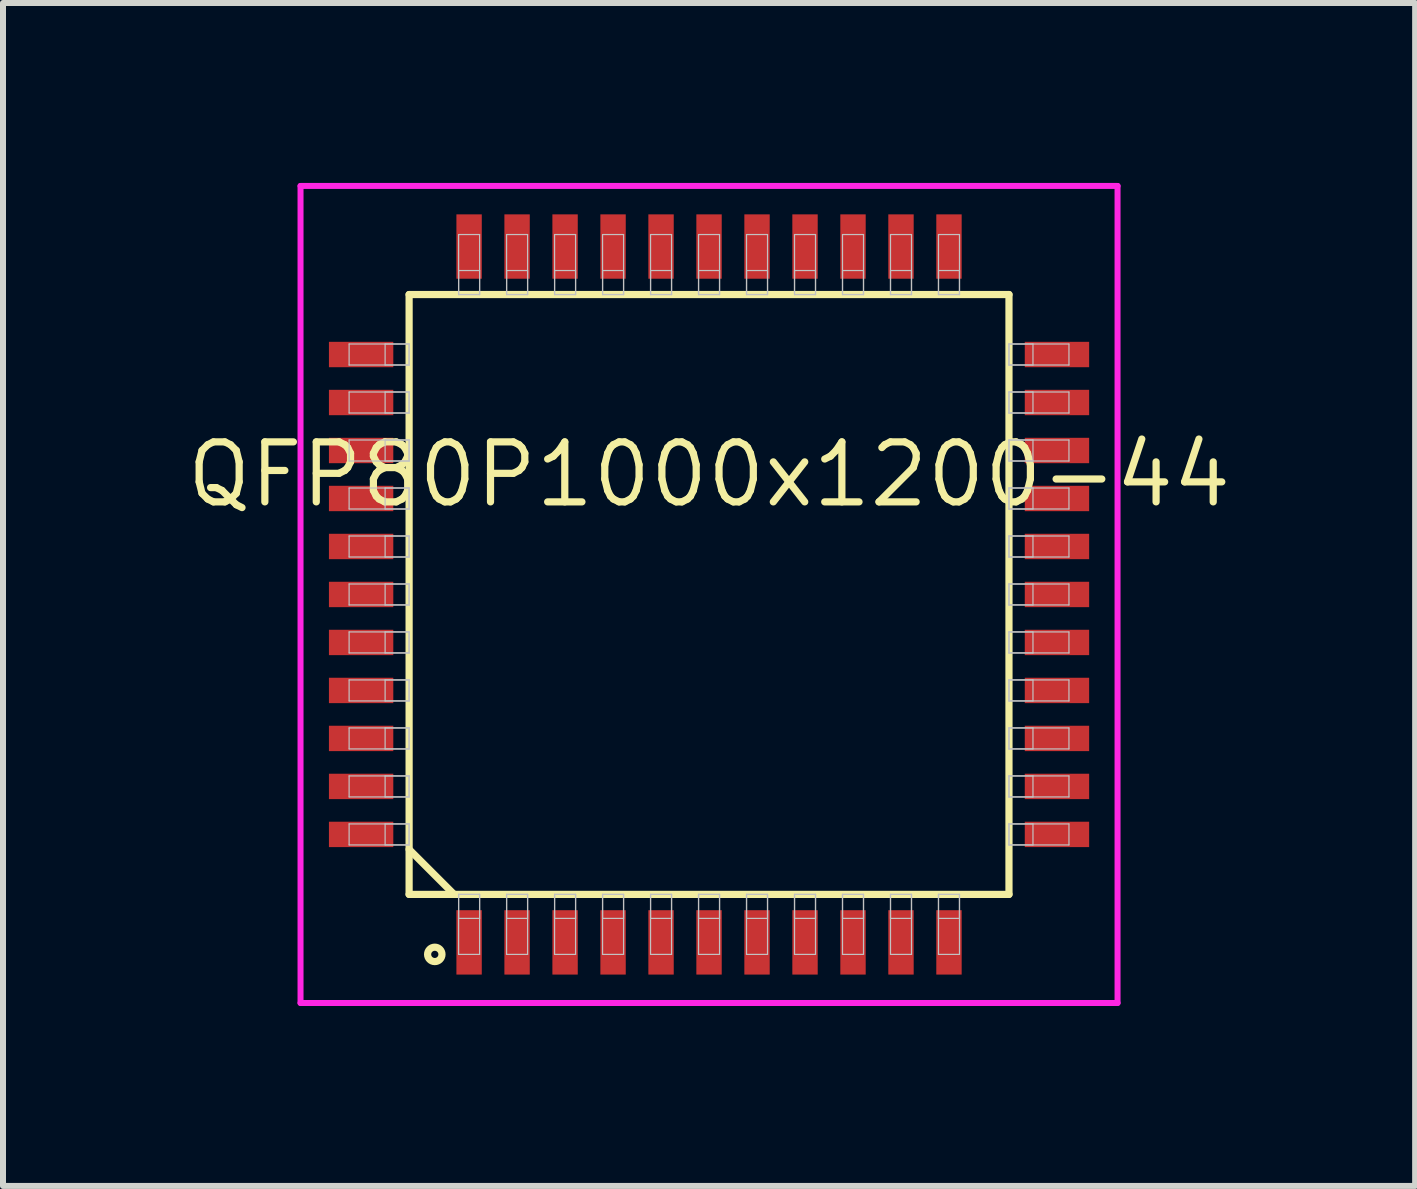
<source format=kicad_pcb>
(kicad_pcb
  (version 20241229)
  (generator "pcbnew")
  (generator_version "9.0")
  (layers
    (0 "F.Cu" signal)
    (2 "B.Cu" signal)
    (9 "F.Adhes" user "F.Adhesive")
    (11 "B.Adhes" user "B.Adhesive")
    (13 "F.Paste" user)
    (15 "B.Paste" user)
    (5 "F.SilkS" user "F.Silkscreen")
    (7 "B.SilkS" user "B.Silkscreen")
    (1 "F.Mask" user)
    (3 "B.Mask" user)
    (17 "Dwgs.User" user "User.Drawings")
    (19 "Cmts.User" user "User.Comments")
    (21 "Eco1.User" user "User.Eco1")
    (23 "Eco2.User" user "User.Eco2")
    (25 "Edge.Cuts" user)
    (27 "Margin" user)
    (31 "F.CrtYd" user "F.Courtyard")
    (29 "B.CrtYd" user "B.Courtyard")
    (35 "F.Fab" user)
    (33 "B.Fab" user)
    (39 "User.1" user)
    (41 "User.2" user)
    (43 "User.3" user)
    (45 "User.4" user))
  (footprint "QFP80P1000x1200-44"
    (layer "F.Cu")
    (at 8.77 6.86)
    (property "Reference" "QFP80P1000x1200-44" (at 0 -2 0) (layer "F.SilkS") (effects (font (size 1 1) (thickness 0.12))))
    (attr through_hole)
    (fp_line (start -5 -5) (end -5 5) (stroke (width 0.12) (type solid)) (layer "F.SilkS"))
    (fp_line (start -5 4.25) (end -4.25 5) (stroke (width 0.12) (type solid)) (layer "F.SilkS"))
    (fp_line (start -5 5) (end 5 5) (stroke (width 0.12) (type solid)) (layer "F.SilkS"))
    (fp_line (start 5 -5) (end -5 -5) (stroke (width 0.12) (type solid)) (layer "F.SilkS"))
    (fp_line (start 5 5) (end 5 -5) (stroke (width 0.12) (type solid)) (layer "F.SilkS"))
    (fp_circle (center -4.572 6) (end -4.452 6) (stroke (width 0.12) (type solid)) (fill no) (layer "F.SilkS"))
    (fp_line (start -6 -4.175) (end -6 -3.825) (stroke (width 0.02) (type solid)) (layer "Dwgs.User"))
    (fp_line (start -6 -3.825) (end -5 -3.825) (stroke (width 0.02) (type solid)) (layer "Dwgs.User"))
    (fp_line (start -6 -3.375) (end -6 -3.025) (stroke (width 0.02) (type solid)) (layer "Dwgs.User"))
    (fp_line (start -6 -3.025) (end -5 -3.025) (stroke (width 0.02) (type solid)) (layer "Dwgs.User"))
    (fp_line (start -6 -2.575) (end -6 -2.225) (stroke (width 0.02) (type solid)) (layer "Dwgs.User"))
    (fp_line (start -6 -2.225) (end -5 -2.225) (stroke (width 0.02) (type solid)) (layer "Dwgs.User"))
    (fp_line (start -6 -1.775) (end -6 -1.425) (stroke (width 0.02) (type solid)) (layer "Dwgs.User"))
    (fp_line (start -6 -1.425) (end -5 -1.425) (stroke (width 0.02) (type solid)) (layer "Dwgs.User"))
    (fp_line (start -6 -0.975) (end -6 -0.625) (stroke (width 0.02) (type solid)) (layer "Dwgs.User"))
    (fp_line (start -6 -0.625) (end -5 -0.625) (stroke (width 0.02) (type solid)) (layer "Dwgs.User"))
    (fp_line (start -6 -0.175) (end -6 0.175) (stroke (width 0.02) (type solid)) (layer "Dwgs.User"))
    (fp_line (start -6 0.175) (end -5 0.175) (stroke (width 0.02) (type solid)) (layer "Dwgs.User"))
    (fp_line (start -6 0.625) (end -6 0.975) (stroke (width 0.02) (type solid)) (layer "Dwgs.User"))
    (fp_line (start -6 0.975) (end -5 0.975) (stroke (width 0.02) (type solid)) (layer "Dwgs.User"))
    (fp_line (start -6 1.425) (end -6 1.775) (stroke (width 0.02) (type solid)) (layer "Dwgs.User"))
    (fp_line (start -6 1.775) (end -5 1.775) (stroke (width 0.02) (type solid)) (layer "Dwgs.User"))
    (fp_line (start -6 2.225) (end -6 2.575) (stroke (width 0.02) (type solid)) (layer "Dwgs.User"))
    (fp_line (start -6 2.575) (end -5 2.575) (stroke (width 0.02) (type solid)) (layer "Dwgs.User"))
    (fp_line (start -6 3.025) (end -6 3.375) (stroke (width 0.02) (type solid)) (layer "Dwgs.User"))
    (fp_line (start -6 3.375) (end -5 3.375) (stroke (width 0.02) (type solid)) (layer "Dwgs.User"))
    (fp_line (start -6 3.825) (end -6 4.175) (stroke (width 0.02) (type solid)) (layer "Dwgs.User"))
    (fp_line (start -6 4.175) (end -5 4.175) (stroke (width 0.02) (type solid)) (layer "Dwgs.User"))
    (fp_line (start -5.4 -4.175) (end -5.4 -3.825) (stroke (width 0.02) (type solid)) (layer "Dwgs.User"))
    (fp_line (start -5.4 -3.825) (end -5 -3.825) (stroke (width 0.02) (type solid)) (layer "Dwgs.User"))
    (fp_line (start -5.4 -3.375) (end -5.4 -3.025) (stroke (width 0.02) (type solid)) (layer "Dwgs.User"))
    (fp_line (start -5.4 -3.025) (end -5 -3.025) (stroke (width 0.02) (type solid)) (layer "Dwgs.User"))
    (fp_line (start -5.4 -2.575) (end -5.4 -2.225) (stroke (width 0.02) (type solid)) (layer "Dwgs.User"))
    (fp_line (start -5.4 -2.225) (end -5 -2.225) (stroke (width 0.02) (type solid)) (layer "Dwgs.User"))
    (fp_line (start -5.4 -1.775) (end -5.4 -1.425) (stroke (width 0.02) (type solid)) (layer "Dwgs.User"))
    (fp_line (start -5.4 -1.425) (end -5 -1.425) (stroke (width 0.02) (type solid)) (layer "Dwgs.User"))
    (fp_line (start -5.4 -0.975) (end -5.4 -0.625) (stroke (width 0.02) (type solid)) (layer "Dwgs.User"))
    (fp_line (start -5.4 -0.625) (end -5 -0.625) (stroke (width 0.02) (type solid)) (layer "Dwgs.User"))
    (fp_line (start -5.4 -0.175) (end -5.4 0.175) (stroke (width 0.02) (type solid)) (layer "Dwgs.User"))
    (fp_line (start -5.4 0.175) (end -5 0.175) (stroke (width 0.02) (type solid)) (layer "Dwgs.User"))
    (fp_line (start -5.4 0.625) (end -5.4 0.975) (stroke (width 0.02) (type solid)) (layer "Dwgs.User"))
    (fp_line (start -5.4 0.975) (end -5 0.975) (stroke (width 0.02) (type solid)) (layer "Dwgs.User"))
    (fp_line (start -5.4 1.425) (end -5.4 1.775) (stroke (width 0.02) (type solid)) (layer "Dwgs.User"))
    (fp_line (start -5.4 1.775) (end -5 1.775) (stroke (width 0.02) (type solid)) (layer "Dwgs.User"))
    (fp_line (start -5.4 2.225) (end -5.4 2.575) (stroke (width 0.02) (type solid)) (layer "Dwgs.User"))
    (fp_line (start -5.4 2.575) (end -5 2.575) (stroke (width 0.02) (type solid)) (layer "Dwgs.User"))
    (fp_line (start -5.4 3.025) (end -5.4 3.375) (stroke (width 0.02) (type solid)) (layer "Dwgs.User"))
    (fp_line (start -5.4 3.375) (end -5 3.375) (stroke (width 0.02) (type solid)) (layer "Dwgs.User"))
    (fp_line (start -5.4 3.825) (end -5.4 4.175) (stroke (width 0.02) (type solid)) (layer "Dwgs.User"))
    (fp_line (start -5.4 4.175) (end -5 4.175) (stroke (width 0.02) (type solid)) (layer "Dwgs.User"))
    (fp_line (start -5 -4.175) (end -6 -4.175) (stroke (width 0.02) (type solid)) (layer "Dwgs.User"))
    (fp_line (start -5 -4.175) (end -5.4 -4.175) (stroke (width 0.02) (type solid)) (layer "Dwgs.User"))
    (fp_line (start -5 -3.825) (end -5 -4.175) (stroke (width 0.02) (type solid)) (layer "Dwgs.User"))
    (fp_line (start -5 -3.825) (end -5 -4.175) (stroke (width 0.02) (type solid)) (layer "Dwgs.User"))
    (fp_line (start -5 -3.375) (end -6 -3.375) (stroke (width 0.02) (type solid)) (layer "Dwgs.User"))
    (fp_line (start -5 -3.375) (end -5.4 -3.375) (stroke (width 0.02) (type solid)) (layer "Dwgs.User"))
    (fp_line (start -5 -3.025) (end -5 -3.375) (stroke (width 0.02) (type solid)) (layer "Dwgs.User"))
    (fp_line (start -5 -3.025) (end -5 -3.375) (stroke (width 0.02) (type solid)) (layer "Dwgs.User"))
    (fp_line (start -5 -2.575) (end -6 -2.575) (stroke (width 0.02) (type solid)) (layer "Dwgs.User"))
    (fp_line (start -5 -2.575) (end -5.4 -2.575) (stroke (width 0.02) (type solid)) (layer "Dwgs.User"))
    (fp_line (start -5 -2.225) (end -5 -2.575) (stroke (width 0.02) (type solid)) (layer "Dwgs.User"))
    (fp_line (start -5 -2.225) (end -5 -2.575) (stroke (width 0.02) (type solid)) (layer "Dwgs.User"))
    (fp_line (start -5 -1.775) (end -6 -1.775) (stroke (width 0.02) (type solid)) (layer "Dwgs.User"))
    (fp_line (start -5 -1.775) (end -5.4 -1.775) (stroke (width 0.02) (type solid)) (layer "Dwgs.User"))
    (fp_line (start -5 -1.425) (end -5 -1.775) (stroke (width 0.02) (type solid)) (layer "Dwgs.User"))
    (fp_line (start -5 -1.425) (end -5 -1.775) (stroke (width 0.02) (type solid)) (layer "Dwgs.User"))
    (fp_line (start -5 -0.975) (end -6 -0.975) (stroke (width 0.02) (type solid)) (layer "Dwgs.User"))
    (fp_line (start -5 -0.975) (end -5.4 -0.975) (stroke (width 0.02) (type solid)) (layer "Dwgs.User"))
    (fp_line (start -5 -0.625) (end -5 -0.975) (stroke (width 0.02) (type solid)) (layer "Dwgs.User"))
    (fp_line (start -5 -0.625) (end -5 -0.975) (stroke (width 0.02) (type solid)) (layer "Dwgs.User"))
    (fp_line (start -5 -0.175) (end -6 -0.175) (stroke (width 0.02) (type solid)) (layer "Dwgs.User"))
    (fp_line (start -5 -0.175) (end -5.4 -0.175) (stroke (width 0.02) (type solid)) (layer "Dwgs.User"))
    (fp_line (start -5 0.175) (end -5 -0.175) (stroke (width 0.02) (type solid)) (layer "Dwgs.User"))
    (fp_line (start -5 0.175) (end -5 -0.175) (stroke (width 0.02) (type solid)) (layer "Dwgs.User"))
    (fp_line (start -5 0.625) (end -6 0.625) (stroke (width 0.02) (type solid)) (layer "Dwgs.User"))
    (fp_line (start -5 0.625) (end -5.4 0.625) (stroke (width 0.02) (type solid)) (layer "Dwgs.User"))
    (fp_line (start -5 0.975) (end -5 0.625) (stroke (width 0.02) (type solid)) (layer "Dwgs.User"))
    (fp_line (start -5 0.975) (end -5 0.625) (stroke (width 0.02) (type solid)) (layer "Dwgs.User"))
    (fp_line (start -5 1.425) (end -6 1.425) (stroke (width 0.02) (type solid)) (layer "Dwgs.User"))
    (fp_line (start -5 1.425) (end -5.4 1.425) (stroke (width 0.02) (type solid)) (layer "Dwgs.User"))
    (fp_line (start -5 1.775) (end -5 1.425) (stroke (width 0.02) (type solid)) (layer "Dwgs.User"))
    (fp_line (start -5 1.775) (end -5 1.425) (stroke (width 0.02) (type solid)) (layer "Dwgs.User"))
    (fp_line (start -5 2.225) (end -6 2.225) (stroke (width 0.02) (type solid)) (layer "Dwgs.User"))
    (fp_line (start -5 2.225) (end -5.4 2.225) (stroke (width 0.02) (type solid)) (layer "Dwgs.User"))
    (fp_line (start -5 2.575) (end -5 2.225) (stroke (width 0.02) (type solid)) (layer "Dwgs.User"))
    (fp_line (start -5 2.575) (end -5 2.225) (stroke (width 0.02) (type solid)) (layer "Dwgs.User"))
    (fp_line (start -5 3.025) (end -6 3.025) (stroke (width 0.02) (type solid)) (layer "Dwgs.User"))
    (fp_line (start -5 3.025) (end -5.4 3.025) (stroke (width 0.02) (type solid)) (layer "Dwgs.User"))
    (fp_line (start -5 3.375) (end -5 3.025) (stroke (width 0.02) (type solid)) (layer "Dwgs.User"))
    (fp_line (start -5 3.375) (end -5 3.025) (stroke (width 0.02) (type solid)) (layer "Dwgs.User"))
    (fp_line (start -5 3.825) (end -6 3.825) (stroke (width 0.02) (type solid)) (layer "Dwgs.User"))
    (fp_line (start -5 3.825) (end -5.4 3.825) (stroke (width 0.02) (type solid)) (layer "Dwgs.User"))
    (fp_line (start -5 4.175) (end -5 3.825) (stroke (width 0.02) (type solid)) (layer "Dwgs.User"))
    (fp_line (start -5 4.175) (end -5 3.825) (stroke (width 0.02) (type solid)) (layer "Dwgs.User"))
    (fp_line (start -4.175 -6) (end -4.175 -5) (stroke (width 0.02) (type solid)) (layer "Dwgs.User"))
    (fp_line (start -4.175 -5.4) (end -4.175 -5) (stroke (width 0.02) (type solid)) (layer "Dwgs.User"))
    (fp_line (start -4.175 -5) (end -3.825 -5) (stroke (width 0.02) (type solid)) (layer "Dwgs.User"))
    (fp_line (start -4.175 -5) (end -3.825 -5) (stroke (width 0.02) (type solid)) (layer "Dwgs.User"))
    (fp_line (start -4.175 5) (end -3.825 5) (stroke (width 0.02) (type solid)) (layer "Dwgs.User"))
    (fp_line (start -4.175 5) (end -3.825 5) (stroke (width 0.02) (type solid)) (layer "Dwgs.User"))
    (fp_line (start -4.175 5.4) (end -4.175 5) (stroke (width 0.02) (type solid)) (layer "Dwgs.User"))
    (fp_line (start -4.175 6) (end -4.175 5) (stroke (width 0.02) (type solid)) (layer "Dwgs.User"))
    (fp_line (start -3.825 -6) (end -4.175 -6) (stroke (width 0.02) (type solid)) (layer "Dwgs.User"))
    (fp_line (start -3.825 -5.4) (end -4.175 -5.4) (stroke (width 0.02) (type solid)) (layer "Dwgs.User"))
    (fp_line (start -3.825 -5) (end -3.825 -6) (stroke (width 0.02) (type solid)) (layer "Dwgs.User"))
    (fp_line (start -3.825 -5) (end -3.825 -5.4) (stroke (width 0.02) (type solid)) (layer "Dwgs.User"))
    (fp_line (start -3.825 5) (end -3.825 5.4) (stroke (width 0.02) (type solid)) (layer "Dwgs.User"))
    (fp_line (start -3.825 5) (end -3.825 6) (stroke (width 0.02) (type solid)) (layer "Dwgs.User"))
    (fp_line (start -3.825 5.4) (end -4.175 5.4) (stroke (width 0.02) (type solid)) (layer "Dwgs.User"))
    (fp_line (start -3.825 6) (end -4.175 6) (stroke (width 0.02) (type solid)) (layer "Dwgs.User"))
    (fp_line (start -3.375 -6) (end -3.375 -5) (stroke (width 0.02) (type solid)) (layer "Dwgs.User"))
    (fp_line (start -3.375 -5.4) (end -3.375 -5) (stroke (width 0.02) (type solid)) (layer "Dwgs.User"))
    (fp_line (start -3.375 -5) (end -3.025 -5) (stroke (width 0.02) (type solid)) (layer "Dwgs.User"))
    (fp_line (start -3.375 -5) (end -3.025 -5) (stroke (width 0.02) (type solid)) (layer "Dwgs.User"))
    (fp_line (start -3.375 5) (end -3.025 5) (stroke (width 0.02) (type solid)) (layer "Dwgs.User"))
    (fp_line (start -3.375 5) (end -3.025 5) (stroke (width 0.02) (type solid)) (layer "Dwgs.User"))
    (fp_line (start -3.375 5.4) (end -3.375 5) (stroke (width 0.02) (type solid)) (layer "Dwgs.User"))
    (fp_line (start -3.375 6) (end -3.375 5) (stroke (width 0.02) (type solid)) (layer "Dwgs.User"))
    (fp_line (start -3.025 -6) (end -3.375 -6) (stroke (width 0.02) (type solid)) (layer "Dwgs.User"))
    (fp_line (start -3.025 -5.4) (end -3.375 -5.4) (stroke (width 0.02) (type solid)) (layer "Dwgs.User"))
    (fp_line (start -3.025 -5) (end -3.025 -6) (stroke (width 0.02) (type solid)) (layer "Dwgs.User"))
    (fp_line (start -3.025 -5) (end -3.025 -5.4) (stroke (width 0.02) (type solid)) (layer "Dwgs.User"))
    (fp_line (start -3.025 5) (end -3.025 5.4) (stroke (width 0.02) (type solid)) (layer "Dwgs.User"))
    (fp_line (start -3.025 5) (end -3.025 6) (stroke (width 0.02) (type solid)) (layer "Dwgs.User"))
    (fp_line (start -3.025 5.4) (end -3.375 5.4) (stroke (width 0.02) (type solid)) (layer "Dwgs.User"))
    (fp_line (start -3.025 6) (end -3.375 6) (stroke (width 0.02) (type solid)) (layer "Dwgs.User"))
    (fp_line (start -2.575 -6) (end -2.575 -5) (stroke (width 0.02) (type solid)) (layer "Dwgs.User"))
    (fp_line (start -2.575 -5.4) (end -2.575 -5) (stroke (width 0.02) (type solid)) (layer "Dwgs.User"))
    (fp_line (start -2.575 -5) (end -2.225 -5) (stroke (width 0.02) (type solid)) (layer "Dwgs.User"))
    (fp_line (start -2.575 -5) (end -2.225 -5) (stroke (width 0.02) (type solid)) (layer "Dwgs.User"))
    (fp_line (start -2.575 5) (end -2.225 5) (stroke (width 0.02) (type solid)) (layer "Dwgs.User"))
    (fp_line (start -2.575 5) (end -2.225 5) (stroke (width 0.02) (type solid)) (layer "Dwgs.User"))
    (fp_line (start -2.575 5.4) (end -2.575 5) (stroke (width 0.02) (type solid)) (layer "Dwgs.User"))
    (fp_line (start -2.575 6) (end -2.575 5) (stroke (width 0.02) (type solid)) (layer "Dwgs.User"))
    (fp_line (start -2.225 -6) (end -2.575 -6) (stroke (width 0.02) (type solid)) (layer "Dwgs.User"))
    (fp_line (start -2.225 -5.4) (end -2.575 -5.4) (stroke (width 0.02) (type solid)) (layer "Dwgs.User"))
    (fp_line (start -2.225 -5) (end -2.225 -6) (stroke (width 0.02) (type solid)) (layer "Dwgs.User"))
    (fp_line (start -2.225 -5) (end -2.225 -5.4) (stroke (width 0.02) (type solid)) (layer "Dwgs.User"))
    (fp_line (start -2.225 5) (end -2.225 5.4) (stroke (width 0.02) (type solid)) (layer "Dwgs.User"))
    (fp_line (start -2.225 5) (end -2.225 6) (stroke (width 0.02) (type solid)) (layer "Dwgs.User"))
    (fp_line (start -2.225 5.4) (end -2.575 5.4) (stroke (width 0.02) (type solid)) (layer "Dwgs.User"))
    (fp_line (start -2.225 6) (end -2.575 6) (stroke (width 0.02) (type solid)) (layer "Dwgs.User"))
    (fp_line (start -1.775 -6) (end -1.775 -5) (stroke (width 0.02) (type solid)) (layer "Dwgs.User"))
    (fp_line (start -1.775 -5.4) (end -1.775 -5) (stroke (width 0.02) (type solid)) (layer "Dwgs.User"))
    (fp_line (start -1.775 -5) (end -1.425 -5) (stroke (width 0.02) (type solid)) (layer "Dwgs.User"))
    (fp_line (start -1.775 -5) (end -1.425 -5) (stroke (width 0.02) (type solid)) (layer "Dwgs.User"))
    (fp_line (start -1.775 5) (end -1.425 5) (stroke (width 0.02) (type solid)) (layer "Dwgs.User"))
    (fp_line (start -1.775 5) (end -1.425 5) (stroke (width 0.02) (type solid)) (layer "Dwgs.User"))
    (fp_line (start -1.775 5.4) (end -1.775 5) (stroke (width 0.02) (type solid)) (layer "Dwgs.User"))
    (fp_line (start -1.775 6) (end -1.775 5) (stroke (width 0.02) (type solid)) (layer "Dwgs.User"))
    (fp_line (start -1.425 -6) (end -1.775 -6) (stroke (width 0.02) (type solid)) (layer "Dwgs.User"))
    (fp_line (start -1.425 -5.4) (end -1.775 -5.4) (stroke (width 0.02) (type solid)) (layer "Dwgs.User"))
    (fp_line (start -1.425 -5) (end -1.425 -6) (stroke (width 0.02) (type solid)) (layer "Dwgs.User"))
    (fp_line (start -1.425 -5) (end -1.425 -5.4) (stroke (width 0.02) (type solid)) (layer "Dwgs.User"))
    (fp_line (start -1.425 5) (end -1.425 5.4) (stroke (width 0.02) (type solid)) (layer "Dwgs.User"))
    (fp_line (start -1.425 5) (end -1.425 6) (stroke (width 0.02) (type solid)) (layer "Dwgs.User"))
    (fp_line (start -1.425 5.4) (end -1.775 5.4) (stroke (width 0.02) (type solid)) (layer "Dwgs.User"))
    (fp_line (start -1.425 6) (end -1.775 6) (stroke (width 0.02) (type solid)) (layer "Dwgs.User"))
    (fp_line (start -0.975 -6) (end -0.975 -5) (stroke (width 0.02) (type solid)) (layer "Dwgs.User"))
    (fp_line (start -0.975 -5.4) (end -0.975 -5) (stroke (width 0.02) (type solid)) (layer "Dwgs.User"))
    (fp_line (start -0.975 -5) (end -0.625 -5) (stroke (width 0.02) (type solid)) (layer "Dwgs.User"))
    (fp_line (start -0.975 -5) (end -0.625 -5) (stroke (width 0.02) (type solid)) (layer "Dwgs.User"))
    (fp_line (start -0.975 5) (end -0.625 5) (stroke (width 0.02) (type solid)) (layer "Dwgs.User"))
    (fp_line (start -0.975 5) (end -0.625 5) (stroke (width 0.02) (type solid)) (layer "Dwgs.User"))
    (fp_line (start -0.975 5.4) (end -0.975 5) (stroke (width 0.02) (type solid)) (layer "Dwgs.User"))
    (fp_line (start -0.975 6) (end -0.975 5) (stroke (width 0.02) (type solid)) (layer "Dwgs.User"))
    (fp_line (start -0.625 -6) (end -0.975 -6) (stroke (width 0.02) (type solid)) (layer "Dwgs.User"))
    (fp_line (start -0.625 -5.4) (end -0.975 -5.4) (stroke (width 0.02) (type solid)) (layer "Dwgs.User"))
    (fp_line (start -0.625 -5) (end -0.625 -6) (stroke (width 0.02) (type solid)) (layer "Dwgs.User"))
    (fp_line (start -0.625 -5) (end -0.625 -5.4) (stroke (width 0.02) (type solid)) (layer "Dwgs.User"))
    (fp_line (start -0.625 5) (end -0.625 5.4) (stroke (width 0.02) (type solid)) (layer "Dwgs.User"))
    (fp_line (start -0.625 5) (end -0.625 6) (stroke (width 0.02) (type solid)) (layer "Dwgs.User"))
    (fp_line (start -0.625 5.4) (end -0.975 5.4) (stroke (width 0.02) (type solid)) (layer "Dwgs.User"))
    (fp_line (start -0.625 6) (end -0.975 6) (stroke (width 0.02) (type solid)) (layer "Dwgs.User"))
    (fp_line (start -0.175 -6) (end -0.175 -5) (stroke (width 0.02) (type solid)) (layer "Dwgs.User"))
    (fp_line (start -0.175 -5.4) (end -0.175 -5) (stroke (width 0.02) (type solid)) (layer "Dwgs.User"))
    (fp_line (start -0.175 -5) (end 0.175 -5) (stroke (width 0.02) (type solid)) (layer "Dwgs.User"))
    (fp_line (start -0.175 -5) (end 0.175 -5) (stroke (width 0.02) (type solid)) (layer "Dwgs.User"))
    (fp_line (start -0.175 5) (end 0.175 5) (stroke (width 0.02) (type solid)) (layer "Dwgs.User"))
    (fp_line (start -0.175 5) (end 0.175 5) (stroke (width 0.02) (type solid)) (layer "Dwgs.User"))
    (fp_line (start -0.175 5.4) (end -0.175 5) (stroke (width 0.02) (type solid)) (layer "Dwgs.User"))
    (fp_line (start -0.175 6) (end -0.175 5) (stroke (width 0.02) (type solid)) (layer "Dwgs.User"))
    (fp_line (start 0.175 -6) (end -0.175 -6) (stroke (width 0.02) (type solid)) (layer "Dwgs.User"))
    (fp_line (start 0.175 -5.4) (end -0.175 -5.4) (stroke (width 0.02) (type solid)) (layer "Dwgs.User"))
    (fp_line (start 0.175 -5) (end 0.175 -6) (stroke (width 0.02) (type solid)) (layer "Dwgs.User"))
    (fp_line (start 0.175 -5) (end 0.175 -5.4) (stroke (width 0.02) (type solid)) (layer "Dwgs.User"))
    (fp_line (start 0.175 5) (end 0.175 5.4) (stroke (width 0.02) (type solid)) (layer "Dwgs.User"))
    (fp_line (start 0.175 5) (end 0.175 6) (stroke (width 0.02) (type solid)) (layer "Dwgs.User"))
    (fp_line (start 0.175 5.4) (end -0.175 5.4) (stroke (width 0.02) (type solid)) (layer "Dwgs.User"))
    (fp_line (start 0.175 6) (end -0.175 6) (stroke (width 0.02) (type solid)) (layer "Dwgs.User"))
    (fp_line (start 0.625 -6) (end 0.625 -5) (stroke (width 0.02) (type solid)) (layer "Dwgs.User"))
    (fp_line (start 0.625 -5.4) (end 0.625 -5) (stroke (width 0.02) (type solid)) (layer "Dwgs.User"))
    (fp_line (start 0.625 -5) (end 0.975 -5) (stroke (width 0.02) (type solid)) (layer "Dwgs.User"))
    (fp_line (start 0.625 -5) (end 0.975 -5) (stroke (width 0.02) (type solid)) (layer "Dwgs.User"))
    (fp_line (start 0.625 5) (end 0.975 5) (stroke (width 0.02) (type solid)) (layer "Dwgs.User"))
    (fp_line (start 0.625 5) (end 0.975 5) (stroke (width 0.02) (type solid)) (layer "Dwgs.User"))
    (fp_line (start 0.625 5.4) (end 0.625 5) (stroke (width 0.02) (type solid)) (layer "Dwgs.User"))
    (fp_line (start 0.625 6) (end 0.625 5) (stroke (width 0.02) (type solid)) (layer "Dwgs.User"))
    (fp_line (start 0.975 -6) (end 0.625 -6) (stroke (width 0.02) (type solid)) (layer "Dwgs.User"))
    (fp_line (start 0.975 -5.4) (end 0.625 -5.4) (stroke (width 0.02) (type solid)) (layer "Dwgs.User"))
    (fp_line (start 0.975 -5) (end 0.975 -6) (stroke (width 0.02) (type solid)) (layer "Dwgs.User"))
    (fp_line (start 0.975 -5) (end 0.975 -5.4) (stroke (width 0.02) (type solid)) (layer "Dwgs.User"))
    (fp_line (start 0.975 5) (end 0.975 5.4) (stroke (width 0.02) (type solid)) (layer "Dwgs.User"))
    (fp_line (start 0.975 5) (end 0.975 6) (stroke (width 0.02) (type solid)) (layer "Dwgs.User"))
    (fp_line (start 0.975 5.4) (end 0.625 5.4) (stroke (width 0.02) (type solid)) (layer "Dwgs.User"))
    (fp_line (start 0.975 6) (end 0.625 6) (stroke (width 0.02) (type solid)) (layer "Dwgs.User"))
    (fp_line (start 1.425 -6) (end 1.425 -5) (stroke (width 0.02) (type solid)) (layer "Dwgs.User"))
    (fp_line (start 1.425 -5.4) (end 1.425 -5) (stroke (width 0.02) (type solid)) (layer "Dwgs.User"))
    (fp_line (start 1.425 -5) (end 1.775 -5) (stroke (width 0.02) (type solid)) (layer "Dwgs.User"))
    (fp_line (start 1.425 -5) (end 1.775 -5) (stroke (width 0.02) (type solid)) (layer "Dwgs.User"))
    (fp_line (start 1.425 5) (end 1.775 5) (stroke (width 0.02) (type solid)) (layer "Dwgs.User"))
    (fp_line (start 1.425 5) (end 1.775 5) (stroke (width 0.02) (type solid)) (layer "Dwgs.User"))
    (fp_line (start 1.425 5.4) (end 1.425 5) (stroke (width 0.02) (type solid)) (layer "Dwgs.User"))
    (fp_line (start 1.425 6) (end 1.425 5) (stroke (width 0.02) (type solid)) (layer "Dwgs.User"))
    (fp_line (start 1.775 -6) (end 1.425 -6) (stroke (width 0.02) (type solid)) (layer "Dwgs.User"))
    (fp_line (start 1.775 -5.4) (end 1.425 -5.4) (stroke (width 0.02) (type solid)) (layer "Dwgs.User"))
    (fp_line (start 1.775 -5) (end 1.775 -6) (stroke (width 0.02) (type solid)) (layer "Dwgs.User"))
    (fp_line (start 1.775 -5) (end 1.775 -5.4) (stroke (width 0.02) (type solid)) (layer "Dwgs.User"))
    (fp_line (start 1.775 5) (end 1.775 5.4) (stroke (width 0.02) (type solid)) (layer "Dwgs.User"))
    (fp_line (start 1.775 5) (end 1.775 6) (stroke (width 0.02) (type solid)) (layer "Dwgs.User"))
    (fp_line (start 1.775 5.4) (end 1.425 5.4) (stroke (width 0.02) (type solid)) (layer "Dwgs.User"))
    (fp_line (start 1.775 6) (end 1.425 6) (stroke (width 0.02) (type solid)) (layer "Dwgs.User"))
    (fp_line (start 2.225 -6) (end 2.225 -5) (stroke (width 0.02) (type solid)) (layer "Dwgs.User"))
    (fp_line (start 2.225 -5.4) (end 2.225 -5) (stroke (width 0.02) (type solid)) (layer "Dwgs.User"))
    (fp_line (start 2.225 -5) (end 2.575 -5) (stroke (width 0.02) (type solid)) (layer "Dwgs.User"))
    (fp_line (start 2.225 -5) (end 2.575 -5) (stroke (width 0.02) (type solid)) (layer "Dwgs.User"))
    (fp_line (start 2.225 5) (end 2.575 5) (stroke (width 0.02) (type solid)) (layer "Dwgs.User"))
    (fp_line (start 2.225 5) (end 2.575 5) (stroke (width 0.02) (type solid)) (layer "Dwgs.User"))
    (fp_line (start 2.225 5.4) (end 2.225 5) (stroke (width 0.02) (type solid)) (layer "Dwgs.User"))
    (fp_line (start 2.225 6) (end 2.225 5) (stroke (width 0.02) (type solid)) (layer "Dwgs.User"))
    (fp_line (start 2.575 -6) (end 2.225 -6) (stroke (width 0.02) (type solid)) (layer "Dwgs.User"))
    (fp_line (start 2.575 -5.4) (end 2.225 -5.4) (stroke (width 0.02) (type solid)) (layer "Dwgs.User"))
    (fp_line (start 2.575 -5) (end 2.575 -6) (stroke (width 0.02) (type solid)) (layer "Dwgs.User"))
    (fp_line (start 2.575 -5) (end 2.575 -5.4) (stroke (width 0.02) (type solid)) (layer "Dwgs.User"))
    (fp_line (start 2.575 5) (end 2.575 5.4) (stroke (width 0.02) (type solid)) (layer "Dwgs.User"))
    (fp_line (start 2.575 5) (end 2.575 6) (stroke (width 0.02) (type solid)) (layer "Dwgs.User"))
    (fp_line (start 2.575 5.4) (end 2.225 5.4) (stroke (width 0.02) (type solid)) (layer "Dwgs.User"))
    (fp_line (start 2.575 6) (end 2.225 6) (stroke (width 0.02) (type solid)) (layer "Dwgs.User"))
    (fp_line (start 3.025 -6) (end 3.025 -5) (stroke (width 0.02) (type solid)) (layer "Dwgs.User"))
    (fp_line (start 3.025 -5.4) (end 3.025 -5) (stroke (width 0.02) (type solid)) (layer "Dwgs.User"))
    (fp_line (start 3.025 -5) (end 3.375 -5) (stroke (width 0.02) (type solid)) (layer "Dwgs.User"))
    (fp_line (start 3.025 -5) (end 3.375 -5) (stroke (width 0.02) (type solid)) (layer "Dwgs.User"))
    (fp_line (start 3.025 5) (end 3.375 5) (stroke (width 0.02) (type solid)) (layer "Dwgs.User"))
    (fp_line (start 3.025 5) (end 3.375 5) (stroke (width 0.02) (type solid)) (layer "Dwgs.User"))
    (fp_line (start 3.025 5.4) (end 3.025 5) (stroke (width 0.02) (type solid)) (layer "Dwgs.User"))
    (fp_line (start 3.025 6) (end 3.025 5) (stroke (width 0.02) (type solid)) (layer "Dwgs.User"))
    (fp_line (start 3.375 -6) (end 3.025 -6) (stroke (width 0.02) (type solid)) (layer "Dwgs.User"))
    (fp_line (start 3.375 -5.4) (end 3.025 -5.4) (stroke (width 0.02) (type solid)) (layer "Dwgs.User"))
    (fp_line (start 3.375 -5) (end 3.375 -6) (stroke (width 0.02) (type solid)) (layer "Dwgs.User"))
    (fp_line (start 3.375 -5) (end 3.375 -5.4) (stroke (width 0.02) (type solid)) (layer "Dwgs.User"))
    (fp_line (start 3.375 5) (end 3.375 5.4) (stroke (width 0.02) (type solid)) (layer "Dwgs.User"))
    (fp_line (start 3.375 5) (end 3.375 6) (stroke (width 0.02) (type solid)) (layer "Dwgs.User"))
    (fp_line (start 3.375 5.4) (end 3.025 5.4) (stroke (width 0.02) (type solid)) (layer "Dwgs.User"))
    (fp_line (start 3.375 6) (end 3.025 6) (stroke (width 0.02) (type solid)) (layer "Dwgs.User"))
    (fp_line (start 3.825 -6) (end 3.825 -5) (stroke (width 0.02) (type solid)) (layer "Dwgs.User"))
    (fp_line (start 3.825 -5.4) (end 3.825 -5) (stroke (width 0.02) (type solid)) (layer "Dwgs.User"))
    (fp_line (start 3.825 -5) (end 4.175 -5) (stroke (width 0.02) (type solid)) (layer "Dwgs.User"))
    (fp_line (start 3.825 -5) (end 4.175 -5) (stroke (width 0.02) (type solid)) (layer "Dwgs.User"))
    (fp_line (start 3.825 5) (end 4.175 5) (stroke (width 0.02) (type solid)) (layer "Dwgs.User"))
    (fp_line (start 3.825 5) (end 4.175 5) (stroke (width 0.02) (type solid)) (layer "Dwgs.User"))
    (fp_line (start 3.825 5.4) (end 3.825 5) (stroke (width 0.02) (type solid)) (layer "Dwgs.User"))
    (fp_line (start 3.825 6) (end 3.825 5) (stroke (width 0.02) (type solid)) (layer "Dwgs.User"))
    (fp_line (start 4.175 -6) (end 3.825 -6) (stroke (width 0.02) (type solid)) (layer "Dwgs.User"))
    (fp_line (start 4.175 -5.4) (end 3.825 -5.4) (stroke (width 0.02) (type solid)) (layer "Dwgs.User"))
    (fp_line (start 4.175 -5) (end 4.175 -6) (stroke (width 0.02) (type solid)) (layer "Dwgs.User"))
    (fp_line (start 4.175 -5) (end 4.175 -5.4) (stroke (width 0.02) (type solid)) (layer "Dwgs.User"))
    (fp_line (start 4.175 5) (end 4.175 5.4) (stroke (width 0.02) (type solid)) (layer "Dwgs.User"))
    (fp_line (start 4.175 5) (end 4.175 6) (stroke (width 0.02) (type solid)) (layer "Dwgs.User"))
    (fp_line (start 4.175 5.4) (end 3.825 5.4) (stroke (width 0.02) (type solid)) (layer "Dwgs.User"))
    (fp_line (start 4.175 6) (end 3.825 6) (stroke (width 0.02) (type solid)) (layer "Dwgs.User"))
    (fp_line (start 5 -4.175) (end 5.4 -4.175) (stroke (width 0.02) (type solid)) (layer "Dwgs.User"))
    (fp_line (start 5 -4.175) (end 6 -4.175) (stroke (width 0.02) (type solid)) (layer "Dwgs.User"))
    (fp_line (start 5 -3.825) (end 5 -4.175) (stroke (width 0.02) (type solid)) (layer "Dwgs.User"))
    (fp_line (start 5 -3.825) (end 5 -4.175) (stroke (width 0.02) (type solid)) (layer "Dwgs.User"))
    (fp_line (start 5 -3.375) (end 5.4 -3.375) (stroke (width 0.02) (type solid)) (layer "Dwgs.User"))
    (fp_line (start 5 -3.375) (end 6 -3.375) (stroke (width 0.02) (type solid)) (layer "Dwgs.User"))
    (fp_line (start 5 -3.025) (end 5 -3.375) (stroke (width 0.02) (type solid)) (layer "Dwgs.User"))
    (fp_line (start 5 -3.025) (end 5 -3.375) (stroke (width 0.02) (type solid)) (layer "Dwgs.User"))
    (fp_line (start 5 -2.575) (end 5.4 -2.575) (stroke (width 0.02) (type solid)) (layer "Dwgs.User"))
    (fp_line (start 5 -2.575) (end 6 -2.575) (stroke (width 0.02) (type solid)) (layer "Dwgs.User"))
    (fp_line (start 5 -2.225) (end 5 -2.575) (stroke (width 0.02) (type solid)) (layer "Dwgs.User"))
    (fp_line (start 5 -2.225) (end 5 -2.575) (stroke (width 0.02) (type solid)) (layer "Dwgs.User"))
    (fp_line (start 5 -1.775) (end 5.4 -1.775) (stroke (width 0.02) (type solid)) (layer "Dwgs.User"))
    (fp_line (start 5 -1.775) (end 6 -1.775) (stroke (width 0.02) (type solid)) (layer "Dwgs.User"))
    (fp_line (start 5 -1.425) (end 5 -1.775) (stroke (width 0.02) (type solid)) (layer "Dwgs.User"))
    (fp_line (start 5 -1.425) (end 5 -1.775) (stroke (width 0.02) (type solid)) (layer "Dwgs.User"))
    (fp_line (start 5 -0.975) (end 5.4 -0.975) (stroke (width 0.02) (type solid)) (layer "Dwgs.User"))
    (fp_line (start 5 -0.975) (end 6 -0.975) (stroke (width 0.02) (type solid)) (layer "Dwgs.User"))
    (fp_line (start 5 -0.625) (end 5 -0.975) (stroke (width 0.02) (type solid)) (layer "Dwgs.User"))
    (fp_line (start 5 -0.625) (end 5 -0.975) (stroke (width 0.02) (type solid)) (layer "Dwgs.User"))
    (fp_line (start 5 -0.175) (end 5.4 -0.175) (stroke (width 0.02) (type solid)) (layer "Dwgs.User"))
    (fp_line (start 5 -0.175) (end 6 -0.175) (stroke (width 0.02) (type solid)) (layer "Dwgs.User"))
    (fp_line (start 5 0.175) (end 5 -0.175) (stroke (width 0.02) (type solid)) (layer "Dwgs.User"))
    (fp_line (start 5 0.175) (end 5 -0.175) (stroke (width 0.02) (type solid)) (layer "Dwgs.User"))
    (fp_line (start 5 0.625) (end 5.4 0.625) (stroke (width 0.02) (type solid)) (layer "Dwgs.User"))
    (fp_line (start 5 0.625) (end 6 0.625) (stroke (width 0.02) (type solid)) (layer "Dwgs.User"))
    (fp_line (start 5 0.975) (end 5 0.625) (stroke (width 0.02) (type solid)) (layer "Dwgs.User"))
    (fp_line (start 5 0.975) (end 5 0.625) (stroke (width 0.02) (type solid)) (layer "Dwgs.User"))
    (fp_line (start 5 1.425) (end 5.4 1.425) (stroke (width 0.02) (type solid)) (layer "Dwgs.User"))
    (fp_line (start 5 1.425) (end 6 1.425) (stroke (width 0.02) (type solid)) (layer "Dwgs.User"))
    (fp_line (start 5 1.775) (end 5 1.425) (stroke (width 0.02) (type solid)) (layer "Dwgs.User"))
    (fp_line (start 5 1.775) (end 5 1.425) (stroke (width 0.02) (type solid)) (layer "Dwgs.User"))
    (fp_line (start 5 2.225) (end 5.4 2.225) (stroke (width 0.02) (type solid)) (layer "Dwgs.User"))
    (fp_line (start 5 2.225) (end 6 2.225) (stroke (width 0.02) (type solid)) (layer "Dwgs.User"))
    (fp_line (start 5 2.575) (end 5 2.225) (stroke (width 0.02) (type solid)) (layer "Dwgs.User"))
    (fp_line (start 5 2.575) (end 5 2.225) (stroke (width 0.02) (type solid)) (layer "Dwgs.User"))
    (fp_line (start 5 3.025) (end 5.4 3.025) (stroke (width 0.02) (type solid)) (layer "Dwgs.User"))
    (fp_line (start 5 3.025) (end 6 3.025) (stroke (width 0.02) (type solid)) (layer "Dwgs.User"))
    (fp_line (start 5 3.375) (end 5 3.025) (stroke (width 0.02) (type solid)) (layer "Dwgs.User"))
    (fp_line (start 5 3.375) (end 5 3.025) (stroke (width 0.02) (type solid)) (layer "Dwgs.User"))
    (fp_line (start 5 3.825) (end 5.4 3.825) (stroke (width 0.02) (type solid)) (layer "Dwgs.User"))
    (fp_line (start 5 3.825) (end 6 3.825) (stroke (width 0.02) (type solid)) (layer "Dwgs.User"))
    (fp_line (start 5 4.175) (end 5 3.825) (stroke (width 0.02) (type solid)) (layer "Dwgs.User"))
    (fp_line (start 5 4.175) (end 5 3.825) (stroke (width 0.02) (type solid)) (layer "Dwgs.User"))
    (fp_line (start 5.4 -4.175) (end 5.4 -3.825) (stroke (width 0.02) (type solid)) (layer "Dwgs.User"))
    (fp_line (start 5.4 -3.825) (end 5 -3.825) (stroke (width 0.02) (type solid)) (layer "Dwgs.User"))
    (fp_line (start 5.4 -3.375) (end 5.4 -3.025) (stroke (width 0.02) (type solid)) (layer "Dwgs.User"))
    (fp_line (start 5.4 -3.025) (end 5 -3.025) (stroke (width 0.02) (type solid)) (layer "Dwgs.User"))
    (fp_line (start 5.4 -2.575) (end 5.4 -2.225) (stroke (width 0.02) (type solid)) (layer "Dwgs.User"))
    (fp_line (start 5.4 -2.225) (end 5 -2.225) (stroke (width 0.02) (type solid)) (layer "Dwgs.User"))
    (fp_line (start 5.4 -1.775) (end 5.4 -1.425) (stroke (width 0.02) (type solid)) (layer "Dwgs.User"))
    (fp_line (start 5.4 -1.425) (end 5 -1.425) (stroke (width 0.02) (type solid)) (layer "Dwgs.User"))
    (fp_line (start 5.4 -0.975) (end 5.4 -0.625) (stroke (width 0.02) (type solid)) (layer "Dwgs.User"))
    (fp_line (start 5.4 -0.625) (end 5 -0.625) (stroke (width 0.02) (type solid)) (layer "Dwgs.User"))
    (fp_line (start 5.4 -0.175) (end 5.4 0.175) (stroke (width 0.02) (type solid)) (layer "Dwgs.User"))
    (fp_line (start 5.4 0.175) (end 5 0.175) (stroke (width 0.02) (type solid)) (layer "Dwgs.User"))
    (fp_line (start 5.4 0.625) (end 5.4 0.975) (stroke (width 0.02) (type solid)) (layer "Dwgs.User"))
    (fp_line (start 5.4 0.975) (end 5 0.975) (stroke (width 0.02) (type solid)) (layer "Dwgs.User"))
    (fp_line (start 5.4 1.425) (end 5.4 1.775) (stroke (width 0.02) (type solid)) (layer "Dwgs.User"))
    (fp_line (start 5.4 1.775) (end 5 1.775) (stroke (width 0.02) (type solid)) (layer "Dwgs.User"))
    (fp_line (start 5.4 2.225) (end 5.4 2.575) (stroke (width 0.02) (type solid)) (layer "Dwgs.User"))
    (fp_line (start 5.4 2.575) (end 5 2.575) (stroke (width 0.02) (type solid)) (layer "Dwgs.User"))
    (fp_line (start 5.4 3.025) (end 5.4 3.375) (stroke (width 0.02) (type solid)) (layer "Dwgs.User"))
    (fp_line (start 5.4 3.375) (end 5 3.375) (stroke (width 0.02) (type solid)) (layer "Dwgs.User"))
    (fp_line (start 5.4 3.825) (end 5.4 4.175) (stroke (width 0.02) (type solid)) (layer "Dwgs.User"))
    (fp_line (start 5.4 4.175) (end 5 4.175) (stroke (width 0.02) (type solid)) (layer "Dwgs.User"))
    (fp_line (start 6 -4.175) (end 6 -3.825) (stroke (width 0.02) (type solid)) (layer "Dwgs.User"))
    (fp_line (start 6 -3.825) (end 5 -3.825) (stroke (width 0.02) (type solid)) (layer "Dwgs.User"))
    (fp_line (start 6 -3.375) (end 6 -3.025) (stroke (width 0.02) (type solid)) (layer "Dwgs.User"))
    (fp_line (start 6 -3.025) (end 5 -3.025) (stroke (width 0.02) (type solid)) (layer "Dwgs.User"))
    (fp_line (start 6 -2.575) (end 6 -2.225) (stroke (width 0.02) (type solid)) (layer "Dwgs.User"))
    (fp_line (start 6 -2.225) (end 5 -2.225) (stroke (width 0.02) (type solid)) (layer "Dwgs.User"))
    (fp_line (start 6 -1.775) (end 6 -1.425) (stroke (width 0.02) (type solid)) (layer "Dwgs.User"))
    (fp_line (start 6 -1.425) (end 5 -1.425) (stroke (width 0.02) (type solid)) (layer "Dwgs.User"))
    (fp_line (start 6 -0.975) (end 6 -0.625) (stroke (width 0.02) (type solid)) (layer "Dwgs.User"))
    (fp_line (start 6 -0.625) (end 5 -0.625) (stroke (width 0.02) (type solid)) (layer "Dwgs.User"))
    (fp_line (start 6 -0.175) (end 6 0.175) (stroke (width 0.02) (type solid)) (layer "Dwgs.User"))
    (fp_line (start 6 0.175) (end 5 0.175) (stroke (width 0.02) (type solid)) (layer "Dwgs.User"))
    (fp_line (start 6 0.625) (end 6 0.975) (stroke (width 0.02) (type solid)) (layer "Dwgs.User"))
    (fp_line (start 6 0.975) (end 5 0.975) (stroke (width 0.02) (type solid)) (layer "Dwgs.User"))
    (fp_line (start 6 1.425) (end 6 1.775) (stroke (width 0.02) (type solid)) (layer "Dwgs.User"))
    (fp_line (start 6 1.775) (end 5 1.775) (stroke (width 0.02) (type solid)) (layer "Dwgs.User"))
    (fp_line (start 6 2.225) (end 6 2.575) (stroke (width 0.02) (type solid)) (layer "Dwgs.User"))
    (fp_line (start 6 2.575) (end 5 2.575) (stroke (width 0.02) (type solid)) (layer "Dwgs.User"))
    (fp_line (start 6 3.025) (end 6 3.375) (stroke (width 0.02) (type solid)) (layer "Dwgs.User"))
    (fp_line (start 6 3.375) (end 5 3.375) (stroke (width 0.02) (type solid)) (layer "Dwgs.User"))
    (fp_line (start 6 3.825) (end 6 4.175) (stroke (width 0.02) (type solid)) (layer "Dwgs.User"))
    (fp_line (start 6 4.175) (end 5 4.175) (stroke (width 0.02) (type solid)) (layer "Dwgs.User"))
    (fp_line (start -0.75 0) (end 0.75 0) (stroke (width 0.12) (type solid)) (layer "Eco1.User"))
    (fp_line (start 0 -0.75) (end 0 0.75) (stroke (width 0.12) (type solid)) (layer "Eco1.User"))
    (fp_circle (center 0 0) (end 0.5 0) (stroke (width 0.12) (type solid)) (fill no) (layer "Eco1.User"))
    (fp_line (start -6.81 -6.81) (end -6.81 6.81) (stroke (width 0.1) (type solid)) (layer "F.CrtYd"))
    (fp_line (start -6.81 6.81) (end 6.81 6.81) (stroke (width 0.1) (type solid)) (layer "F.CrtYd"))
    (fp_line (start 6.81 -6.81) (end -6.81 -6.81) (stroke (width 0.1) (type solid)) (layer "F.CrtYd"))
    (fp_line (start 6.81 6.81) (end 6.81 -6.81) (stroke (width 0.1) (type solid)) (layer "F.CrtYd"))
    (pad "1" smd rect (at -4 5.8) (size 0.423 1.073) (layers "F.Cu" "F.Mask" "F.Paste"))
    (pad "2" smd rect (at -3.2 5.8) (size 0.423 1.073) (layers "F.Cu" "F.Mask" "F.Paste"))
    (pad "3" smd rect (at -2.4 5.8) (size 0.423 1.073) (layers "F.Cu" "F.Mask" "F.Paste"))
    (pad "4" smd rect (at -1.6 5.8) (size 0.423 1.073) (layers "F.Cu" "F.Mask" "F.Paste"))
    (pad "5" smd rect (at -0.8 5.8) (size 0.423 1.073) (layers "F.Cu" "F.Mask" "F.Paste"))
    (pad "6" smd rect (at 0 5.8) (size 0.423 1.073) (layers "F.Cu" "F.Mask" "F.Paste"))
    (pad "7" smd rect (at 0.8 5.8) (size 0.423 1.073) (layers "F.Cu" "F.Mask" "F.Paste"))
    (pad "8" smd rect (at 1.6 5.8) (size 0.423 1.073) (layers "F.Cu" "F.Mask" "F.Paste"))
    (pad "9" smd rect (at 2.4 5.8) (size 0.423 1.073) (layers "F.Cu" "F.Mask" "F.Paste"))
    (pad "10" smd rect (at 3.2 5.8) (size 0.423 1.073) (layers "F.Cu" "F.Mask" "F.Paste"))
    (pad "11" smd rect (at 4 5.8) (size 0.423 1.073) (layers "F.Cu" "F.Mask" "F.Paste"))
    (pad "12" smd rect (at 5.8 4) (size 1.073 0.423) (layers "F.Cu" "F.Mask" "F.Paste"))
    (pad "13" smd rect (at 5.8 3.2) (size 1.073 0.423) (layers "F.Cu" "F.Mask" "F.Paste"))
    (pad "14" smd rect (at 5.8 2.4) (size 1.073 0.423) (layers "F.Cu" "F.Mask" "F.Paste"))
    (pad "15" smd rect (at 5.8 1.6) (size 1.073 0.423) (layers "F.Cu" "F.Mask" "F.Paste"))
    (pad "16" smd rect (at 5.8 0.8) (size 1.073 0.423) (layers "F.Cu" "F.Mask" "F.Paste"))
    (pad "17" smd rect (at 5.8 0) (size 1.073 0.423) (layers "F.Cu" "F.Mask" "F.Paste"))
    (pad "18" smd rect (at 5.8 -0.8) (size 1.073 0.423) (layers "F.Cu" "F.Mask" "F.Paste"))
    (pad "19" smd rect (at 5.8 -1.6) (size 1.073 0.423) (layers "F.Cu" "F.Mask" "F.Paste"))
    (pad "20" smd rect (at 5.8 -2.4) (size 1.073 0.423) (layers "F.Cu" "F.Mask" "F.Paste"))
    (pad "21" smd rect (at 5.8 -3.2) (size 1.073 0.423) (layers "F.Cu" "F.Mask" "F.Paste"))
    (pad "22" smd rect (at 5.8 -4) (size 1.073 0.423) (layers "F.Cu" "F.Mask" "F.Paste"))
    (pad "23" smd rect (at 4 -5.8) (size 0.423 1.073) (layers "F.Cu" "F.Mask" "F.Paste"))
    (pad "24" smd rect (at 3.2 -5.8) (size 0.423 1.073) (layers "F.Cu" "F.Mask" "F.Paste"))
    (pad "25" smd rect (at 2.4 -5.8) (size 0.423 1.073) (layers "F.Cu" "F.Mask" "F.Paste"))
    (pad "26" smd rect (at 1.6 -5.8) (size 0.423 1.073) (layers "F.Cu" "F.Mask" "F.Paste"))
    (pad "27" smd rect (at 0.8 -5.8) (size 0.423 1.073) (layers "F.Cu" "F.Mask" "F.Paste"))
    (pad "28" smd rect (at 0 -5.8) (size 0.423 1.073) (layers "F.Cu" "F.Mask" "F.Paste"))
    (pad "29" smd rect (at -0.8 -5.8) (size 0.423 1.073) (layers "F.Cu" "F.Mask" "F.Paste"))
    (pad "30" smd rect (at -1.6 -5.8) (size 0.423 1.073) (layers "F.Cu" "F.Mask" "F.Paste"))
    (pad "31" smd rect (at -2.4 -5.8) (size 0.423 1.073) (layers "F.Cu" "F.Mask" "F.Paste"))
    (pad "32" smd rect (at -3.2 -5.8) (size 0.423 1.073) (layers "F.Cu" "F.Mask" "F.Paste"))
    (pad "33" smd rect (at -4 -5.8) (size 0.423 1.073) (layers "F.Cu" "F.Mask" "F.Paste"))
    (pad "34" smd rect (at -5.8 -4) (size 1.073 0.423) (layers "F.Cu" "F.Mask" "F.Paste"))
    (pad "35" smd rect (at -5.8 -3.2) (size 1.073 0.423) (layers "F.Cu" "F.Mask" "F.Paste"))
    (pad "36" smd rect (at -5.8 -2.4) (size 1.073 0.423) (layers "F.Cu" "F.Mask" "F.Paste"))
    (pad "37" smd rect (at -5.8 -1.6) (size 1.073 0.423) (layers "F.Cu" "F.Mask" "F.Paste"))
    (pad "38" smd rect (at -5.8 -0.8) (size 1.073 0.423) (layers "F.Cu" "F.Mask" "F.Paste"))
    (pad "39" smd rect (at -5.8 0) (size 1.073 0.423) (layers "F.Cu" "F.Mask" "F.Paste"))
    (pad "40" smd rect (at -5.8 0.8) (size 1.073 0.423) (layers "F.Cu" "F.Mask" "F.Paste"))
    (pad "41" smd rect (at -5.8 1.6) (size 1.073 0.423) (layers "F.Cu" "F.Mask" "F.Paste"))
    (pad "42" smd rect (at -5.8 2.4) (size 1.073 0.423) (layers "F.Cu" "F.Mask" "F.Paste"))
    (pad "43" smd rect (at -5.8 3.2) (size 1.073 0.423) (layers "F.Cu" "F.Mask" "F.Paste"))
    (pad "44" smd rect (at -5.8 4) (size 1.073 0.423) (layers "F.Cu" "F.Mask" "F.Paste")))
  (gr_rect
    (start -3 -3)
    (end 20.541 16.72)
    (stroke (width 0.1) (type default))
    (fill no)
    (layer "Edge.Cuts")))
</source>
